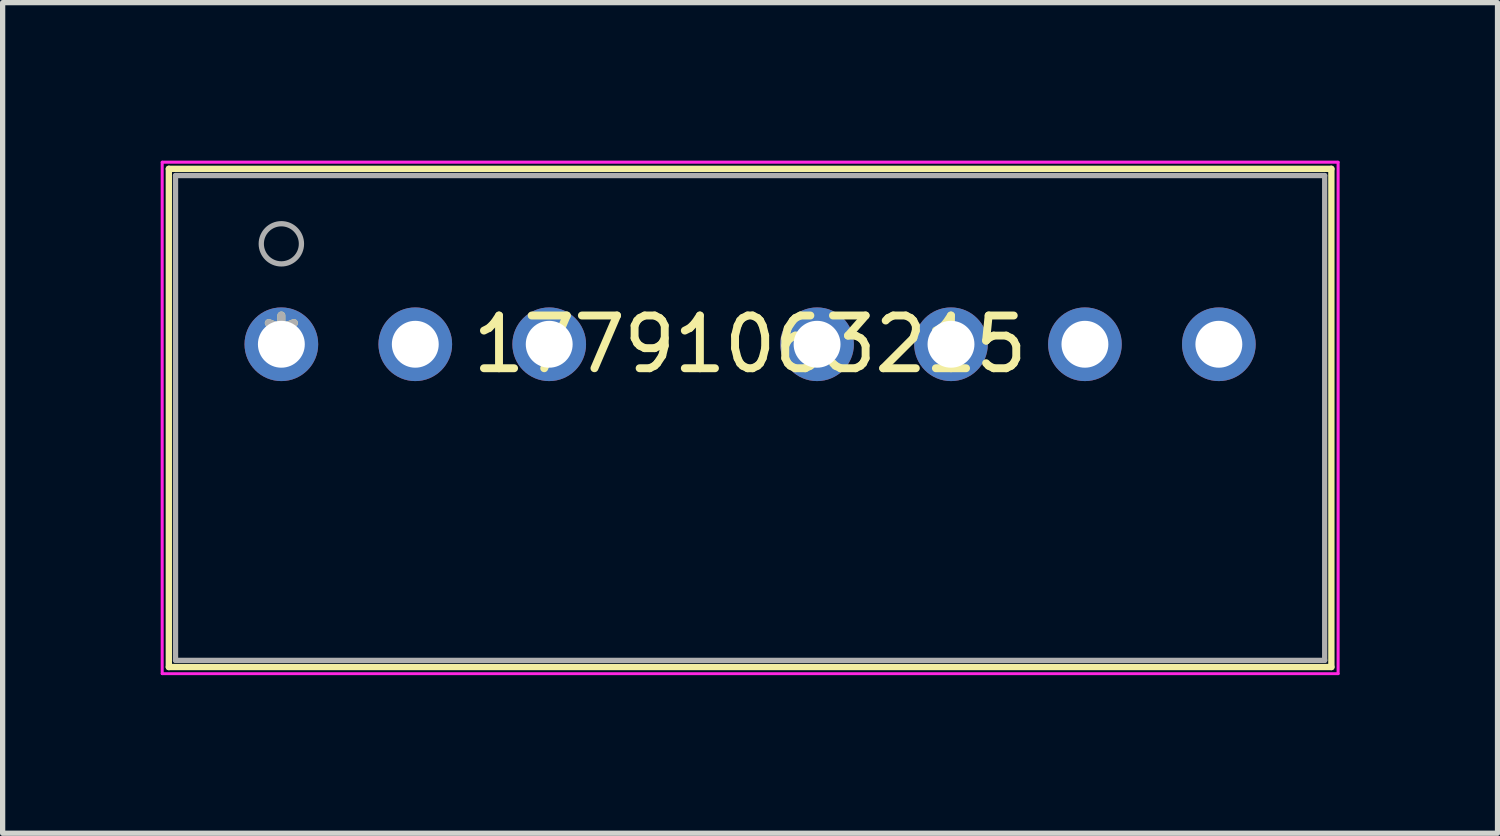
<source format=kicad_pcb>
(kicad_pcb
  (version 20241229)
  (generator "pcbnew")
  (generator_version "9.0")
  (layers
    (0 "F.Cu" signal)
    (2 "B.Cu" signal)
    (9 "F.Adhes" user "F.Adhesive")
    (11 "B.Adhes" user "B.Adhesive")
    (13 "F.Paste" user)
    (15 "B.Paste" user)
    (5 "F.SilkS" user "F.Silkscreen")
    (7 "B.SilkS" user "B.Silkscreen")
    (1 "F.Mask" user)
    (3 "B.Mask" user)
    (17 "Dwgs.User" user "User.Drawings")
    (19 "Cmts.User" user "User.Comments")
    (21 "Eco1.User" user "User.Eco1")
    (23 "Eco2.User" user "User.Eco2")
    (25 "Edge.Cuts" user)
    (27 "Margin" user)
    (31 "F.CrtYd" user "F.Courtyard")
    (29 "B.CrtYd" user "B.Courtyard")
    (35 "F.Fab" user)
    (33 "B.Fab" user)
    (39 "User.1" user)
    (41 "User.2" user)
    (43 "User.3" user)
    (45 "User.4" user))
  (footprint "17791063215"
    (layer "F.Cu")
    (at 2.286 3.479)
    (property "Reference" "17791063215" (at 8.89 0 0) (layer "F.SilkS") (effects (font (size 1 1) (thickness 0.15))))
    (attr through_hole)
    (fp_line (start -2.134 -3.327) (end -2.134 6.122) (stroke (width 0.12) (type solid)) (layer "F.SilkS"))
    (fp_line (start -2.134 6.122) (end 19.914 6.122) (stroke (width 0.12) (type solid)) (layer "F.SilkS"))
    (fp_line (start 19.914 -3.327) (end -2.134 -3.327) (stroke (width 0.12) (type solid)) (layer "F.SilkS"))
    (fp_line (start 19.914 6.122) (end 19.914 -3.327) (stroke (width 0.12) (type solid)) (layer "F.SilkS"))
    (fp_line (start -2.261 -3.454) (end -2.261 6.249) (stroke (width 0.05) (type solid)) (layer "F.CrtYd"))
    (fp_line (start -2.261 -3.454) (end -2.261 6.249) (stroke (width 0.05) (type solid)) (layer "F.CrtYd"))
    (fp_line (start -2.261 6.249) (end 20.041 6.249) (stroke (width 0.05) (type solid)) (layer "F.CrtYd"))
    (fp_line (start -2.261 6.249) (end 20.041 6.249) (stroke (width 0.05) (type solid)) (layer "F.CrtYd"))
    (fp_line (start 20.041 -3.454) (end -2.261 -3.454) (stroke (width 0.05) (type solid)) (layer "F.CrtYd"))
    (fp_line (start 20.041 -3.454) (end -2.261 -3.454) (stroke (width 0.05) (type solid)) (layer "F.CrtYd"))
    (fp_line (start 20.041 6.249) (end 20.041 -3.454) (stroke (width 0.05) (type solid)) (layer "F.CrtYd"))
    (fp_line (start 20.041 6.249) (end 20.041 -3.454) (stroke (width 0.05) (type solid)) (layer "F.CrtYd"))
    (fp_line (start -2.007 -3.2) (end -2.007 5.995) (stroke (width 0.1) (type solid)) (layer "F.Fab"))
    (fp_line (start -2.007 5.995) (end 19.787 5.995) (stroke (width 0.1) (type solid)) (layer "F.Fab"))
    (fp_line (start 19.787 -3.2) (end -2.007 -3.2) (stroke (width 0.1) (type solid)) (layer "F.Fab"))
    (fp_line (start 19.787 5.995) (end 19.787 -3.2) (stroke (width 0.1) (type solid)) (layer "F.Fab"))
    (fp_circle (center 0 -1.905) (end 0.381 -1.905) (stroke (width 0.1) (type solid)) (fill no) (layer "F.Fab"))
    (fp_text user "*" (at 0 0 0) (layer "F.SilkS") (effects (font (size 1 1) (thickness 0.15))))
    (fp_text user "*" (at 0 0 0) (layer "F.Fab") (effects (font (size 1 1) (thickness 0.15))))
    (pad "1" thru_hole circle (at 0 0) (size 1.397 1.397) (drill 0.889) (layers "*.Cu" "*.Mask"))
    (pad "2" thru_hole circle (at 2.54 0) (size 1.397 1.397) (drill 0.889) (layers "*.Cu" "*.Mask"))
    (pad "3" thru_hole circle (at 5.08 0) (size 1.397 1.397) (drill 0.889) (layers "*.Cu" "*.Mask"))
    (pad "5" thru_hole circle (at 10.16 0) (size 1.397 1.397) (drill 0.889) (layers "*.Cu" "*.Mask"))
    (pad "6" thru_hole circle (at 12.7 0) (size 1.397 1.397) (drill 0.889) (layers "*.Cu" "*.Mask"))
    (pad "7" thru_hole circle (at 15.24 0) (size 1.397 1.397) (drill 0.889) (layers "*.Cu" "*.Mask"))
    (pad "8" thru_hole circle (at 17.78 0) (size 1.397 1.397) (drill 0.889) (layers "*.Cu" "*.Mask")))
  (gr_rect
    (start -3 -3)
    (end 25.351 12.753)
    (stroke (width 0.1) (type default))
    (fill no)
    (layer "Edge.Cuts")))
</source>
